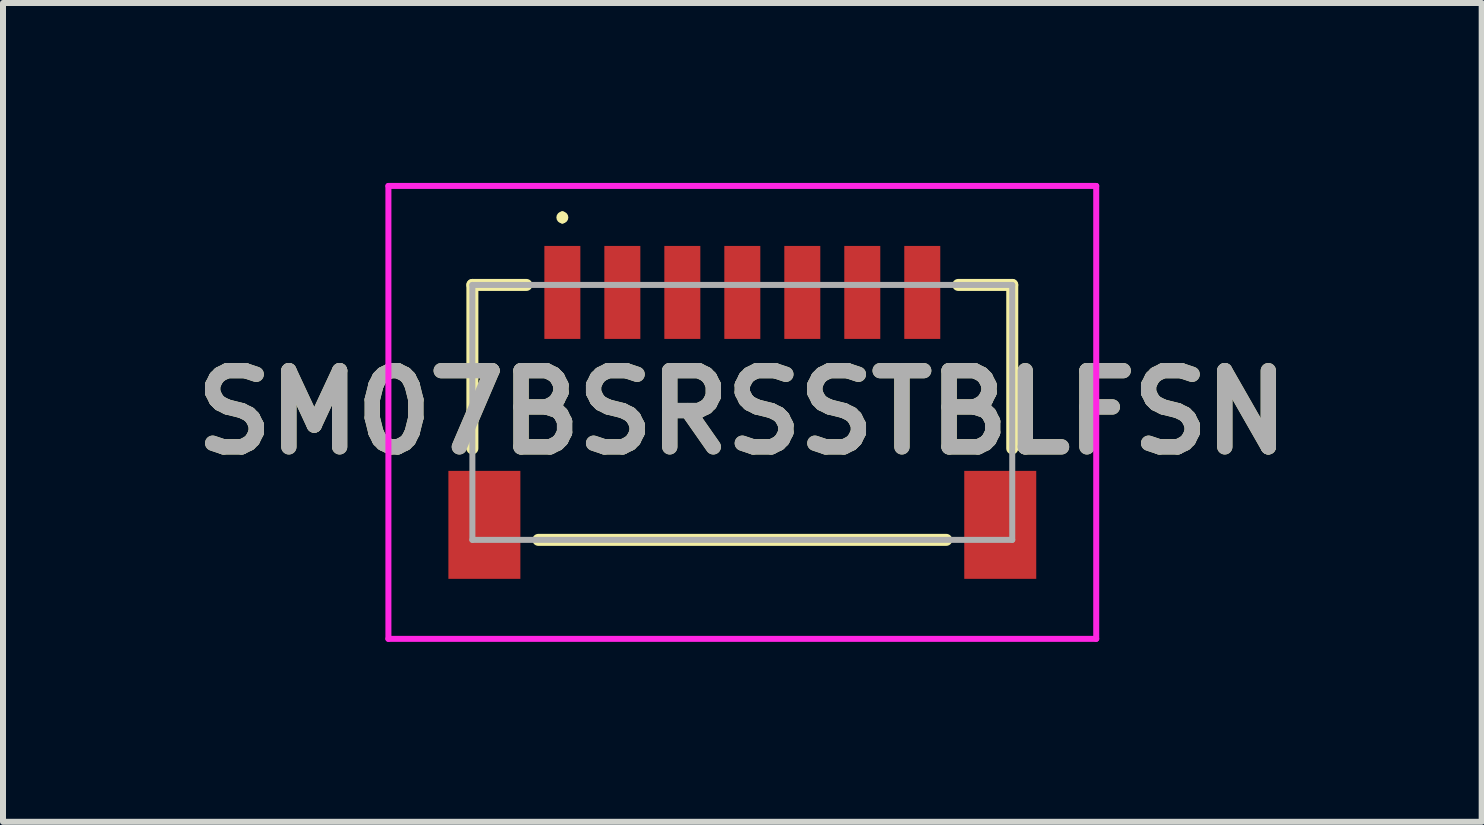
<source format=kicad_pcb>
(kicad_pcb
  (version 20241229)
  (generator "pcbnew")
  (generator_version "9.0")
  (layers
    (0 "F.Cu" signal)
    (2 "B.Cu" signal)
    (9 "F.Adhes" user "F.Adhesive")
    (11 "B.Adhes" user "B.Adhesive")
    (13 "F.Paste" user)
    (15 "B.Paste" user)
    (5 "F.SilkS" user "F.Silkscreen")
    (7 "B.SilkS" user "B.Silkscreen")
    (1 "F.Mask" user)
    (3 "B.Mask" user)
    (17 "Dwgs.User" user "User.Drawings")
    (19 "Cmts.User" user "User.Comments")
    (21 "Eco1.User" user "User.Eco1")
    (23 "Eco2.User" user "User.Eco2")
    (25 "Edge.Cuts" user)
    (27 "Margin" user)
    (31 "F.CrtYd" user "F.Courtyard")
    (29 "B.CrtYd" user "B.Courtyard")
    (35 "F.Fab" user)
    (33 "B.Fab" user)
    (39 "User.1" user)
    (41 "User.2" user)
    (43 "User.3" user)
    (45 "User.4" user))
  (footprint "SM07BSRSSTBLFSN"
    (layer "F.Cu")
    (at 9.325 3.825)
    (property "Reference" "SM07BSRSSTBLFSN" (at 0 0 0) (layer "F.SilkS") (effects (font (size 1.27 1.27) (thickness 0.254))))
    (attr smd)
    (fp_line (start -4.5 -2.125) (end -4.5 0.6) (stroke (width 0.2) (type solid)) (layer "F.SilkS"))
    (fp_line (start -3.6 -2.125) (end -4.5 -2.125) (stroke (width 0.2) (type solid)) (layer "F.SilkS"))
    (fp_line (start -3.4 2.125) (end 3.4 2.125) (stroke (width 0.2) (type solid)) (layer "F.SilkS"))
    (fp_line (start -3 -3.3) (end -3 -3.3) (stroke (width 0.1) (type solid)) (layer "F.SilkS"))
    (fp_line (start -3 -3.2) (end -3 -3.2) (stroke (width 0.1) (type solid)) (layer "F.SilkS"))
    (fp_line (start 3.6 -2.125) (end 4.5 -2.125) (stroke (width 0.2) (type solid)) (layer "F.SilkS"))
    (fp_line (start 4.5 -2.125) (end 4.5 0.6) (stroke (width 0.2) (type solid)) (layer "F.SilkS"))
    (fp_arc (start -3 -3.3) (mid -2.95 -3.25) (end -3 -3.2) (stroke (width 0.1) (type solid)) (layer "F.SilkS"))
    (fp_arc (start -3 -3.2) (mid -3.05 -3.25) (end -3 -3.3) (stroke (width 0.1) (type solid)) (layer "F.SilkS"))
    (fp_line (start -5.9 -3.775) (end 5.9 -3.775) (stroke (width 0.1) (type solid)) (layer "F.CrtYd"))
    (fp_line (start -5.9 3.775) (end -5.9 -3.775) (stroke (width 0.1) (type solid)) (layer "F.CrtYd"))
    (fp_line (start 5.9 -3.775) (end 5.9 3.775) (stroke (width 0.1) (type solid)) (layer "F.CrtYd"))
    (fp_line (start 5.9 3.775) (end -5.9 3.775) (stroke (width 0.1) (type solid)) (layer "F.CrtYd"))
    (fp_line (start -4.5 -2.125) (end -4.5 2.125) (stroke (width 0.1) (type solid)) (layer "F.Fab"))
    (fp_line (start -4.5 2.125) (end 4.5 2.125) (stroke (width 0.1) (type solid)) (layer "F.Fab"))
    (fp_line (start 4.5 -2.125) (end -4.5 -2.125) (stroke (width 0.1) (type solid)) (layer "F.Fab"))
    (fp_line (start 4.5 2.125) (end 4.5 -2.125) (stroke (width 0.1) (type solid)) (layer "F.Fab"))
    (fp_text user "${REFERENCE}" (at 0 0 0) (layer "F.Fab") (effects (font (size 1.27 1.27) (thickness 0.254))))
    (pad "1" smd rect (at -3 -2) (size 0.6 1.55) (layers "F.Cu" "F.Mask" "F.Paste"))
    (pad "2" smd rect (at -2 -2) (size 0.6 1.55) (layers "F.Cu" "F.Mask" "F.Paste"))
    (pad "3" smd rect (at -1 -2) (size 0.6 1.55) (layers "F.Cu" "F.Mask" "F.Paste"))
    (pad "4" smd rect (at 0 -2) (size 0.6 1.55) (layers "F.Cu" "F.Mask" "F.Paste"))
    (pad "5" smd rect (at 1 -2) (size 0.6 1.55) (layers "F.Cu" "F.Mask" "F.Paste"))
    (pad "6" smd rect (at 2 -2) (size 0.6 1.55) (layers "F.Cu" "F.Mask" "F.Paste"))
    (pad "7" smd rect (at 3 -2) (size 0.6 1.55) (layers "F.Cu" "F.Mask" "F.Paste"))
    (pad "MP1" smd rect (at -4.3 1.875) (size 1.2 1.8) (layers "F.Cu" "F.Mask" "F.Paste"))
    (pad "MP2" smd rect (at 4.3 1.875) (size 1.2 1.8) (layers "F.Cu" "F.Mask" "F.Paste")))
  (gr_rect
    (start -3 -3)
    (end 21.651 10.65)
    (stroke (width 0.1) (type default))
    (fill no)
    (layer "Edge.Cuts")))
</source>
